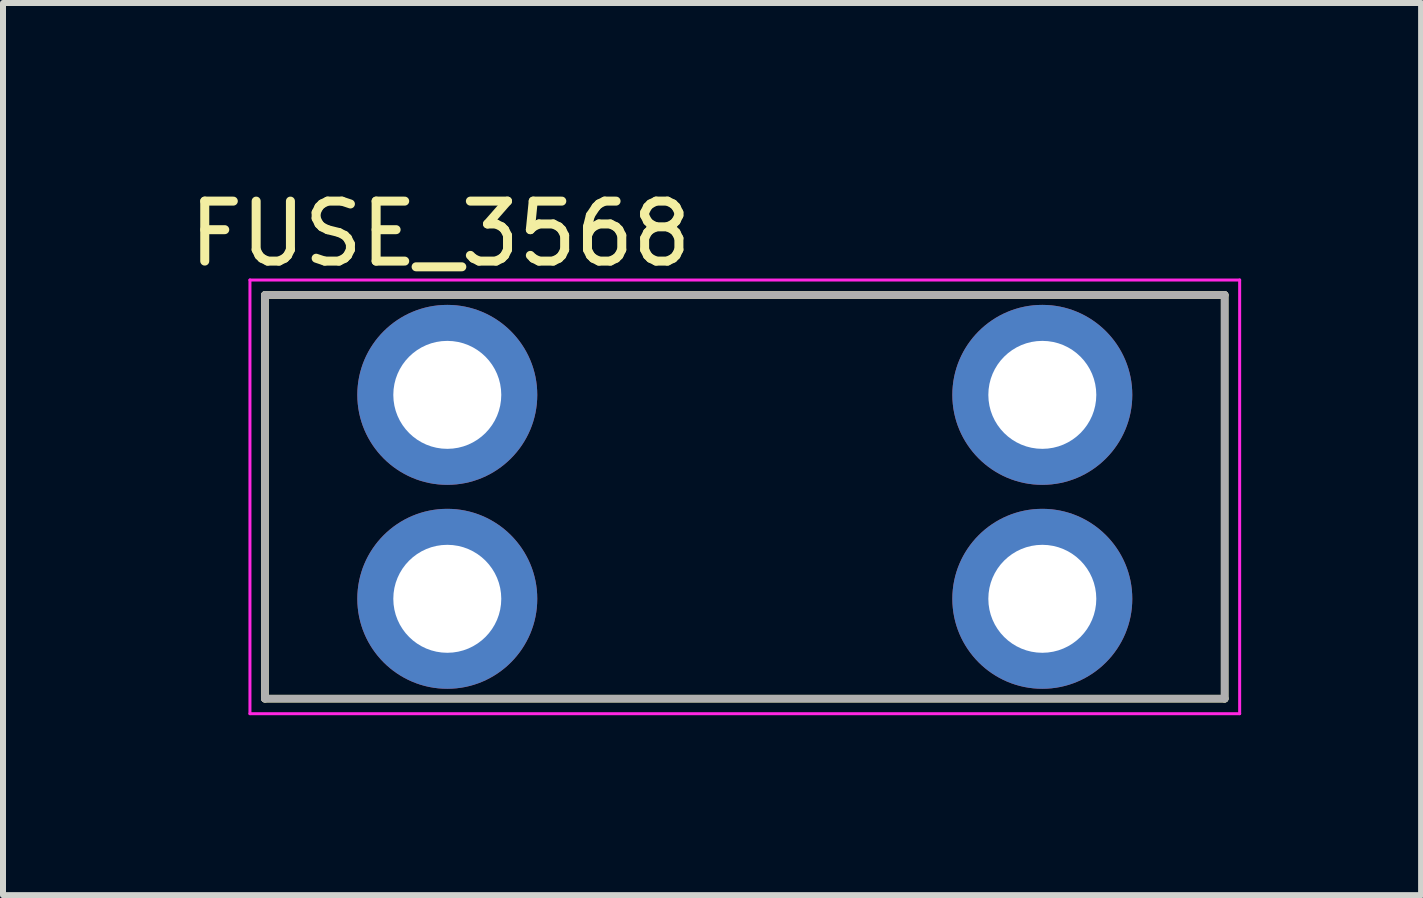
<source format=kicad_pcb>
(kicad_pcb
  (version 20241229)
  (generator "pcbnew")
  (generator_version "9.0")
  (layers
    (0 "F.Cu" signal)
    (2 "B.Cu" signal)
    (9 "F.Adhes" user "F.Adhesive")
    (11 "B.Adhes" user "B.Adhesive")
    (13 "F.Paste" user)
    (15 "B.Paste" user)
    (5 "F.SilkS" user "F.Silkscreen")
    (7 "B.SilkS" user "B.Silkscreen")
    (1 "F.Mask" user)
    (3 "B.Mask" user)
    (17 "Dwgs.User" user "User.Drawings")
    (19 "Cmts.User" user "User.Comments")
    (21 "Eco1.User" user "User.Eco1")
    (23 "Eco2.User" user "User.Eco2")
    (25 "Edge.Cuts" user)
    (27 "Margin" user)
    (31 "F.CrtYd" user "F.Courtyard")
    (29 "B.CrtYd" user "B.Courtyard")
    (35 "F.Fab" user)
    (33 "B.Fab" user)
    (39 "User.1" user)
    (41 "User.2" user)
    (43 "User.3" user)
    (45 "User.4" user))
  (footprint "FUSE_3568"
    (layer "F.Cu")
    (at 9.367 5.233)
    (property "Reference" "FUSE_3568" (at -5.075 -4.385 0) (layer "F.SilkS") (effects (font (size 1 1) (thickness 0.15))))
    (attr through_hole)
    (fp_line (start -8 -3.365) (end 8 -3.365) (stroke (width 0.127) (type solid)) (layer "F.SilkS"))
    (fp_line (start -8 3.365) (end -8 -3.365) (stroke (width 0.127) (type solid)) (layer "F.SilkS"))
    (fp_line (start 8 -3.365) (end 8 3.365) (stroke (width 0.127) (type solid)) (layer "F.SilkS"))
    (fp_line (start 8 3.365) (end -8 3.365) (stroke (width 0.127) (type solid)) (layer "F.SilkS"))
    (fp_line (start -8.25 -3.615) (end 8.25 -3.615) (stroke (width 0.05) (type solid)) (layer "F.CrtYd"))
    (fp_line (start -8.25 3.615) (end -8.25 -3.615) (stroke (width 0.05) (type solid)) (layer "F.CrtYd"))
    (fp_line (start 8.25 -3.615) (end 8.25 3.615) (stroke (width 0.05) (type solid)) (layer "F.CrtYd"))
    (fp_line (start 8.25 3.615) (end -8.25 3.615) (stroke (width 0.05) (type solid)) (layer "F.CrtYd"))
    (fp_line (start -8 -3.365) (end 8 -3.365) (stroke (width 0.127) (type solid)) (layer "F.Fab"))
    (fp_line (start -8 3.365) (end -8 -3.365) (stroke (width 0.127) (type solid)) (layer "F.Fab"))
    (fp_line (start 8 -3.365) (end 8 3.365) (stroke (width 0.127) (type solid)) (layer "F.Fab"))
    (fp_line (start 8 3.365) (end -8 3.365) (stroke (width 0.127) (type solid)) (layer "F.Fab"))
    (pad "1" thru_hole circle (at -4.96 -1.7) (size 3 3) (drill 1.8) (layers "*.Cu" "*.Mask"))
    (pad "1" thru_hole circle (at -4.96 1.7) (size 3 3) (drill 1.8) (layers "*.Cu" "*.Mask"))
    (pad "2" thru_hole circle (at 4.96 -1.7) (size 3 3) (drill 1.8) (layers "*.Cu" "*.Mask"))
    (pad "2" thru_hole circle (at 4.96 1.7) (size 3 3) (drill 1.8) (layers "*.Cu" "*.Mask")))
  (gr_rect
    (start -3 -3)
    (end 20.642 11.873)
    (stroke (width 0.1) (type default))
    (fill no)
    (layer "Edge.Cuts")))
</source>
